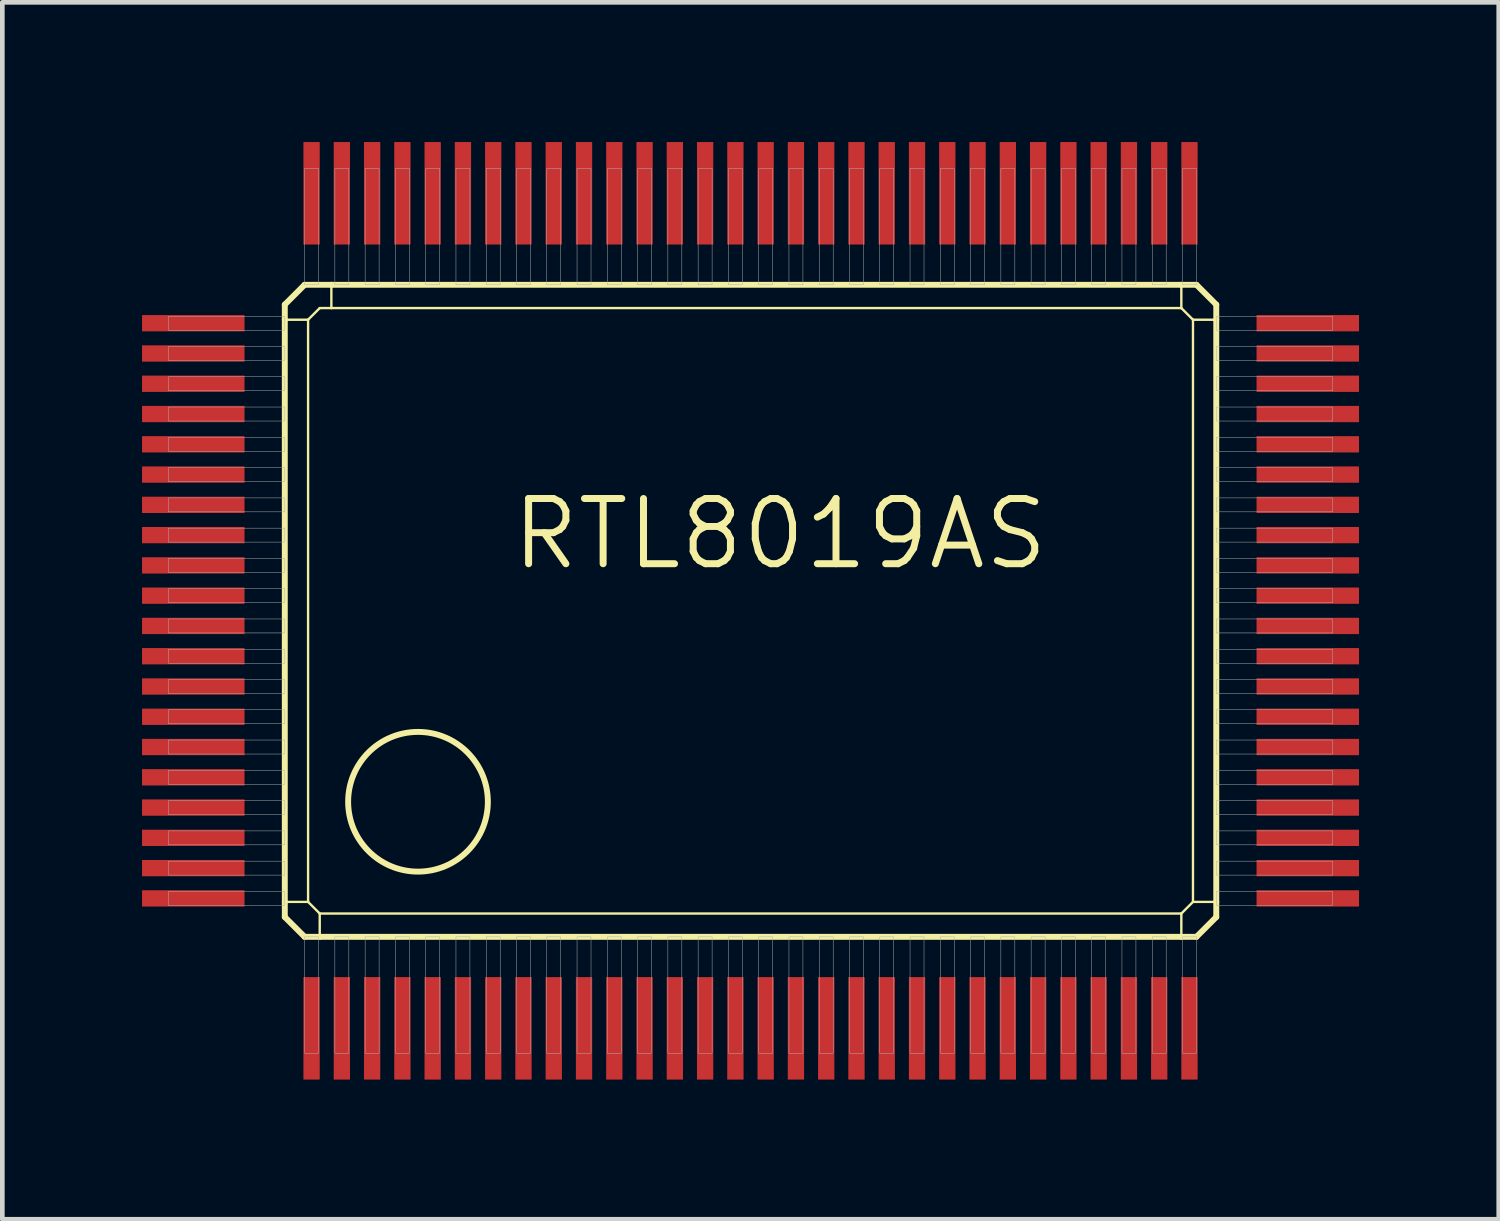
<source format=kicad_pcb>
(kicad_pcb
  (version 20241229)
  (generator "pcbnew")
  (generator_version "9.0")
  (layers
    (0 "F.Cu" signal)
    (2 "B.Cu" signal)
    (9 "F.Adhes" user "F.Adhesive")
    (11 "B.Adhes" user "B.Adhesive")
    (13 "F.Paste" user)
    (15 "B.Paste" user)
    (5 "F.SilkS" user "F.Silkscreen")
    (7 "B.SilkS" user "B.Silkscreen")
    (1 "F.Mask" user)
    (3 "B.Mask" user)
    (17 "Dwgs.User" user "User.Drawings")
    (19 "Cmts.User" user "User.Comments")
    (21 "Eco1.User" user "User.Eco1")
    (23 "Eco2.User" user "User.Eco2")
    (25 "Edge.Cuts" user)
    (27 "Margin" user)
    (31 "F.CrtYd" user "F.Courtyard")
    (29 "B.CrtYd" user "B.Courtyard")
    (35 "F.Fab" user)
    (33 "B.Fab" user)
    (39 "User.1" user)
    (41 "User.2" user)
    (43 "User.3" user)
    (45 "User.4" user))
  (footprint "RTL8019AS"
    (layer "F.Cu")
    (at 13.065 10.065)
    (property "Reference" "RTL8019AS" (at 0.635 -1.651 0) (layer "F.SilkS") (effects (font (size 1.4 1.4) (thickness 0.15))))
    (attr smd)
    (fp_line (start -10 -6.575) (end -9.575 -7) (stroke (width 0.127) (type solid)) (layer "F.SilkS"))
    (fp_line (start -10 -6.25) (end -10 -6.575) (stroke (width 0.127) (type solid)) (layer "F.SilkS"))
    (fp_line (start -10 -6.25) (end -9.5 -6.25) (stroke (width 0.051) (type solid)) (layer "F.SilkS"))
    (fp_line (start -10 6.25) (end -10 -6.25) (stroke (width 0.127) (type solid)) (layer "F.SilkS"))
    (fp_line (start -10 6.25) (end -9.5 6.25) (stroke (width 0.051) (type solid)) (layer "F.SilkS"))
    (fp_line (start -10 6.575) (end -10 6.25) (stroke (width 0.127) (type solid)) (layer "F.SilkS"))
    (fp_line (start -9.575 -7) (end -9 -7) (stroke (width 0.127) (type solid)) (layer "F.SilkS"))
    (fp_line (start -9.575 7) (end -10 6.575) (stroke (width 0.127) (type solid)) (layer "F.SilkS"))
    (fp_line (start -9.5 -6.25) (end -9.25 -6.5) (stroke (width 0.051) (type solid)) (layer "F.SilkS"))
    (fp_line (start -9.5 6.25) (end -9.5 -6.25) (stroke (width 0.051) (type solid)) (layer "F.SilkS"))
    (fp_line (start -9.25 -6.5) (end -9 -6.5) (stroke (width 0.051) (type solid)) (layer "F.SilkS"))
    (fp_line (start -9.25 6.5) (end -9.5 6.25) (stroke (width 0.051) (type solid)) (layer "F.SilkS"))
    (fp_line (start -9.25 7) (end -9.575 7) (stroke (width 0.127) (type solid)) (layer "F.SilkS"))
    (fp_line (start -9.25 7) (end -9.25 6.5) (stroke (width 0.051) (type solid)) (layer "F.SilkS"))
    (fp_line (start -9 -7) (end -9 -6.5) (stroke (width 0.051) (type solid)) (layer "F.SilkS"))
    (fp_line (start -9 -7) (end 9.25 -7) (stroke (width 0.127) (type solid)) (layer "F.SilkS"))
    (fp_line (start -9 -6.5) (end 9.25 -6.5) (stroke (width 0.051) (type solid)) (layer "F.SilkS"))
    (fp_line (start 9.25 -7) (end 9.25 -6.5) (stroke (width 0.051) (type solid)) (layer "F.SilkS"))
    (fp_line (start 9.25 -7) (end 9.575 -7) (stroke (width 0.127) (type solid)) (layer "F.SilkS"))
    (fp_line (start 9.25 -6.5) (end 9.5 -6.25) (stroke (width 0.051) (type solid)) (layer "F.SilkS"))
    (fp_line (start 9.25 6.5) (end -9.25 6.5) (stroke (width 0.051) (type solid)) (layer "F.SilkS"))
    (fp_line (start 9.25 6.5) (end 9.25 7) (stroke (width 0.051) (type solid)) (layer "F.SilkS"))
    (fp_line (start 9.25 7) (end -9.25 7) (stroke (width 0.127) (type solid)) (layer "F.SilkS"))
    (fp_line (start 9.5 -6.25) (end 9.5 6.25) (stroke (width 0.051) (type solid)) (layer "F.SilkS"))
    (fp_line (start 9.5 6.25) (end 9.25 6.5) (stroke (width 0.051) (type solid)) (layer "F.SilkS"))
    (fp_line (start 9.575 -7) (end 10 -6.575) (stroke (width 0.127) (type solid)) (layer "F.SilkS"))
    (fp_line (start 9.575 7) (end 9.25 7) (stroke (width 0.127) (type solid)) (layer "F.SilkS"))
    (fp_line (start 10 -6.575) (end 10 -6.25) (stroke (width 0.127) (type solid)) (layer "F.SilkS"))
    (fp_line (start 10 -6.25) (end 9.5 -6.25) (stroke (width 0.051) (type solid)) (layer "F.SilkS"))
    (fp_line (start 10 -6.25) (end 10 6.25) (stroke (width 0.127) (type solid)) (layer "F.SilkS"))
    (fp_line (start 10 6.25) (end 9.5 6.25) (stroke (width 0.051) (type solid)) (layer "F.SilkS"))
    (fp_line (start 10 6.25) (end 10 6.575) (stroke (width 0.127) (type solid)) (layer "F.SilkS"))
    (fp_line (start 10 6.575) (end 9.575 7) (stroke (width 0.127) (type solid)) (layer "F.SilkS"))
    (fp_circle (center -7.14 4.1) (end -5.64 4.1) (stroke (width 0.127) (type solid)) (fill no) (layer "F.SilkS"))
    (fp_poly (pts (xy -12.5 -6.325) (xy -10 -6.325) (xy -10 -6.025) (xy -12.5 -6.025)) (stroke (width 0.01) (type solid)) (fill no) (layer "F.Fab"))
    (fp_poly (pts (xy -12.5 -5.675) (xy -10 -5.675) (xy -10 -5.375) (xy -12.5 -5.375)) (stroke (width 0.01) (type solid)) (fill no) (layer "F.Fab"))
    (fp_poly (pts (xy -12.5 -5.025) (xy -10 -5.025) (xy -10 -4.725) (xy -12.5 -4.725)) (stroke (width 0.01) (type solid)) (fill no) (layer "F.Fab"))
    (fp_poly (pts (xy -12.5 -4.375) (xy -10 -4.375) (xy -10 -4.075) (xy -12.5 -4.075)) (stroke (width 0.01) (type solid)) (fill no) (layer "F.Fab"))
    (fp_poly (pts (xy -12.5 -3.725) (xy -10 -3.725) (xy -10 -3.425) (xy -12.5 -3.425)) (stroke (width 0.01) (type solid)) (fill no) (layer "F.Fab"))
    (fp_poly (pts (xy -12.5 -3.075) (xy -10 -3.075) (xy -10 -2.775) (xy -12.5 -2.775)) (stroke (width 0.01) (type solid)) (fill no) (layer "F.Fab"))
    (fp_poly (pts (xy -12.5 -2.425) (xy -10 -2.425) (xy -10 -2.125) (xy -12.5 -2.125)) (stroke (width 0.01) (type solid)) (fill no) (layer "F.Fab"))
    (fp_poly (pts (xy -12.5 -1.775) (xy -10 -1.775) (xy -10 -1.475) (xy -12.5 -1.475)) (stroke (width 0.01) (type solid)) (fill no) (layer "F.Fab"))
    (fp_poly (pts (xy -12.5 -1.125) (xy -10 -1.125) (xy -10 -0.825) (xy -12.5 -0.825)) (stroke (width 0.01) (type solid)) (fill no) (layer "F.Fab"))
    (fp_poly (pts (xy -12.5 -0.475) (xy -10 -0.475) (xy -10 -0.175) (xy -12.5 -0.175)) (stroke (width 0.01) (type solid)) (fill no) (layer "F.Fab"))
    (fp_poly (pts (xy -12.5 0.175) (xy -10 0.175) (xy -10 0.475) (xy -12.5 0.475)) (stroke (width 0.01) (type solid)) (fill no) (layer "F.Fab"))
    (fp_poly (pts (xy -12.5 0.825) (xy -10 0.825) (xy -10 1.125) (xy -12.5 1.125)) (stroke (width 0.01) (type solid)) (fill no) (layer "F.Fab"))
    (fp_poly (pts (xy -12.5 1.475) (xy -10 1.475) (xy -10 1.775) (xy -12.5 1.775)) (stroke (width 0.01) (type solid)) (fill no) (layer "F.Fab"))
    (fp_poly (pts (xy -12.5 2.125) (xy -10 2.125) (xy -10 2.425) (xy -12.5 2.425)) (stroke (width 0.01) (type solid)) (fill no) (layer "F.Fab"))
    (fp_poly (pts (xy -12.5 2.775) (xy -10 2.775) (xy -10 3.075) (xy -12.5 3.075)) (stroke (width 0.01) (type solid)) (fill no) (layer "F.Fab"))
    (fp_poly (pts (xy -12.5 3.425) (xy -10 3.425) (xy -10 3.725) (xy -12.5 3.725)) (stroke (width 0.01) (type solid)) (fill no) (layer "F.Fab"))
    (fp_poly (pts (xy -12.5 4.075) (xy -10 4.075) (xy -10 4.375) (xy -12.5 4.375)) (stroke (width 0.01) (type solid)) (fill no) (layer "F.Fab"))
    (fp_poly (pts (xy -12.5 4.725) (xy -10 4.725) (xy -10 5.025) (xy -12.5 5.025)) (stroke (width 0.01) (type solid)) (fill no) (layer "F.Fab"))
    (fp_poly (pts (xy -12.5 5.375) (xy -10 5.375) (xy -10 5.675) (xy -12.5 5.675)) (stroke (width 0.01) (type solid)) (fill no) (layer "F.Fab"))
    (fp_poly (pts (xy -12.5 6.025) (xy -10 6.025) (xy -10 6.325) (xy -12.5 6.325)) (stroke (width 0.01) (type solid)) (fill no) (layer "F.Fab"))
    (fp_poly (pts (xy -9.575 -9.5) (xy -9.275 -9.5) (xy -9.275 -7) (xy -9.575 -7)) (stroke (width 0.01) (type solid)) (fill no) (layer "F.Fab"))
    (fp_poly (pts (xy -9.575 7) (xy -9.275 7) (xy -9.275 9.5) (xy -9.575 9.5)) (stroke (width 0.01) (type solid)) (fill no) (layer "F.Fab"))
    (fp_poly (pts (xy -8.925 -9.5) (xy -8.625 -9.5) (xy -8.625 -7) (xy -8.925 -7)) (stroke (width 0.01) (type solid)) (fill no) (layer "F.Fab"))
    (fp_poly (pts (xy -8.925 7) (xy -8.625 7) (xy -8.625 9.5) (xy -8.925 9.5)) (stroke (width 0.01) (type solid)) (fill no) (layer "F.Fab"))
    (fp_poly (pts (xy -8.275 -9.5) (xy -7.975 -9.5) (xy -7.975 -7) (xy -8.275 -7)) (stroke (width 0.01) (type solid)) (fill no) (layer "F.Fab"))
    (fp_poly (pts (xy -8.275 7) (xy -7.975 7) (xy -7.975 9.5) (xy -8.275 9.5)) (stroke (width 0.01) (type solid)) (fill no) (layer "F.Fab"))
    (fp_poly (pts (xy -7.625 -9.5) (xy -7.325 -9.5) (xy -7.325 -7) (xy -7.625 -7)) (stroke (width 0.01) (type solid)) (fill no) (layer "F.Fab"))
    (fp_poly (pts (xy -7.625 7) (xy -7.325 7) (xy -7.325 9.5) (xy -7.625 9.5)) (stroke (width 0.01) (type solid)) (fill no) (layer "F.Fab"))
    (fp_poly (pts (xy -6.975 -9.5) (xy -6.675 -9.5) (xy -6.675 -7) (xy -6.975 -7)) (stroke (width 0.01) (type solid)) (fill no) (layer "F.Fab"))
    (fp_poly (pts (xy -6.975 7) (xy -6.675 7) (xy -6.675 9.5) (xy -6.975 9.5)) (stroke (width 0.01) (type solid)) (fill no) (layer "F.Fab"))
    (fp_poly (pts (xy -6.325 -9.5) (xy -6.025 -9.5) (xy -6.025 -7) (xy -6.325 -7)) (stroke (width 0.01) (type solid)) (fill no) (layer "F.Fab"))
    (fp_poly (pts (xy -6.325 7) (xy -6.025 7) (xy -6.025 9.5) (xy -6.325 9.5)) (stroke (width 0.01) (type solid)) (fill no) (layer "F.Fab"))
    (fp_poly (pts (xy -5.675 -9.5) (xy -5.375 -9.5) (xy -5.375 -7) (xy -5.675 -7)) (stroke (width 0.01) (type solid)) (fill no) (layer "F.Fab"))
    (fp_poly (pts (xy -5.675 7) (xy -5.375 7) (xy -5.375 9.5) (xy -5.675 9.5)) (stroke (width 0.01) (type solid)) (fill no) (layer "F.Fab"))
    (fp_poly (pts (xy -5.025 -9.5) (xy -4.725 -9.5) (xy -4.725 -7) (xy -5.025 -7)) (stroke (width 0.01) (type solid)) (fill no) (layer "F.Fab"))
    (fp_poly (pts (xy -5.025 7) (xy -4.725 7) (xy -4.725 9.5) (xy -5.025 9.5)) (stroke (width 0.01) (type solid)) (fill no) (layer "F.Fab"))
    (fp_poly (pts (xy -4.375 -9.5) (xy -4.075 -9.5) (xy -4.075 -7) (xy -4.375 -7)) (stroke (width 0.01) (type solid)) (fill no) (layer "F.Fab"))
    (fp_poly (pts (xy -4.375 7) (xy -4.075 7) (xy -4.075 9.5) (xy -4.375 9.5)) (stroke (width 0.01) (type solid)) (fill no) (layer "F.Fab"))
    (fp_poly (pts (xy -3.725 -9.5) (xy -3.425 -9.5) (xy -3.425 -7) (xy -3.725 -7)) (stroke (width 0.01) (type solid)) (fill no) (layer "F.Fab"))
    (fp_poly (pts (xy -3.725 7) (xy -3.425 7) (xy -3.425 9.5) (xy -3.725 9.5)) (stroke (width 0.01) (type solid)) (fill no) (layer "F.Fab"))
    (fp_poly (pts (xy -3.075 -9.5) (xy -2.775 -9.5) (xy -2.775 -7) (xy -3.075 -7)) (stroke (width 0.01) (type solid)) (fill no) (layer "F.Fab"))
    (fp_poly (pts (xy -3.075 7) (xy -2.775 7) (xy -2.775 9.5) (xy -3.075 9.5)) (stroke (width 0.01) (type solid)) (fill no) (layer "F.Fab"))
    (fp_poly (pts (xy -2.425 -9.5) (xy -2.125 -9.5) (xy -2.125 -7) (xy -2.425 -7)) (stroke (width 0.01) (type solid)) (fill no) (layer "F.Fab"))
    (fp_poly (pts (xy -2.425 7) (xy -2.125 7) (xy -2.125 9.5) (xy -2.425 9.5)) (stroke (width 0.01) (type solid)) (fill no) (layer "F.Fab"))
    (fp_poly (pts (xy -1.775 -9.5) (xy -1.475 -9.5) (xy -1.475 -7) (xy -1.775 -7)) (stroke (width 0.01) (type solid)) (fill no) (layer "F.Fab"))
    (fp_poly (pts (xy -1.775 7) (xy -1.475 7) (xy -1.475 9.5) (xy -1.775 9.5)) (stroke (width 0.01) (type solid)) (fill no) (layer "F.Fab"))
    (fp_poly (pts (xy -1.125 -9.5) (xy -0.825 -9.5) (xy -0.825 -7) (xy -1.125 -7)) (stroke (width 0.01) (type solid)) (fill no) (layer "F.Fab"))
    (fp_poly (pts (xy -1.125 7) (xy -0.825 7) (xy -0.825 9.5) (xy -1.125 9.5)) (stroke (width 0.01) (type solid)) (fill no) (layer "F.Fab"))
    (fp_poly (pts (xy -0.475 -9.5) (xy -0.175 -9.5) (xy -0.175 -7) (xy -0.475 -7)) (stroke (width 0.01) (type solid)) (fill no) (layer "F.Fab"))
    (fp_poly (pts (xy -0.475 7) (xy -0.175 7) (xy -0.175 9.5) (xy -0.475 9.5)) (stroke (width 0.01) (type solid)) (fill no) (layer "F.Fab"))
    (fp_poly (pts (xy 0.175 -9.5) (xy 0.475 -9.5) (xy 0.475 -7) (xy 0.175 -7)) (stroke (width 0.01) (type solid)) (fill no) (layer "F.Fab"))
    (fp_poly (pts (xy 0.175 7) (xy 0.475 7) (xy 0.475 9.5) (xy 0.175 9.5)) (stroke (width 0.01) (type solid)) (fill no) (layer "F.Fab"))
    (fp_poly (pts (xy 0.825 -9.5) (xy 1.125 -9.5) (xy 1.125 -7) (xy 0.825 -7)) (stroke (width 0.01) (type solid)) (fill no) (layer "F.Fab"))
    (fp_poly (pts (xy 0.825 7) (xy 1.125 7) (xy 1.125 9.5) (xy 0.825 9.5)) (stroke (width 0.01) (type solid)) (fill no) (layer "F.Fab"))
    (fp_poly (pts (xy 1.475 -9.5) (xy 1.775 -9.5) (xy 1.775 -7) (xy 1.475 -7)) (stroke (width 0.01) (type solid)) (fill no) (layer "F.Fab"))
    (fp_poly (pts (xy 1.475 7) (xy 1.775 7) (xy 1.775 9.5) (xy 1.475 9.5)) (stroke (width 0.01) (type solid)) (fill no) (layer "F.Fab"))
    (fp_poly (pts (xy 2.125 -9.5) (xy 2.425 -9.5) (xy 2.425 -7) (xy 2.125 -7)) (stroke (width 0.01) (type solid)) (fill no) (layer "F.Fab"))
    (fp_poly (pts (xy 2.125 7) (xy 2.425 7) (xy 2.425 9.5) (xy 2.125 9.5)) (stroke (width 0.01) (type solid)) (fill no) (layer "F.Fab"))
    (fp_poly (pts (xy 2.775 -9.5) (xy 3.075 -9.5) (xy 3.075 -7) (xy 2.775 -7)) (stroke (width 0.01) (type solid)) (fill no) (layer "F.Fab"))
    (fp_poly (pts (xy 2.775 7) (xy 3.075 7) (xy 3.075 9.5) (xy 2.775 9.5)) (stroke (width 0.01) (type solid)) (fill no) (layer "F.Fab"))
    (fp_poly (pts (xy 3.425 -9.5) (xy 3.725 -9.5) (xy 3.725 -7) (xy 3.425 -7)) (stroke (width 0.01) (type solid)) (fill no) (layer "F.Fab"))
    (fp_poly (pts (xy 3.425 7) (xy 3.725 7) (xy 3.725 9.5) (xy 3.425 9.5)) (stroke (width 0.01) (type solid)) (fill no) (layer "F.Fab"))
    (fp_poly (pts (xy 4.075 -9.5) (xy 4.375 -9.5) (xy 4.375 -7) (xy 4.075 -7)) (stroke (width 0.01) (type solid)) (fill no) (layer "F.Fab"))
    (fp_poly (pts (xy 4.075 7) (xy 4.375 7) (xy 4.375 9.5) (xy 4.075 9.5)) (stroke (width 0.01) (type solid)) (fill no) (layer "F.Fab"))
    (fp_poly (pts (xy 4.725 -9.5) (xy 5.025 -9.5) (xy 5.025 -7) (xy 4.725 -7)) (stroke (width 0.01) (type solid)) (fill no) (layer "F.Fab"))
    (fp_poly (pts (xy 4.725 7) (xy 5.025 7) (xy 5.025 9.5) (xy 4.725 9.5)) (stroke (width 0.01) (type solid)) (fill no) (layer "F.Fab"))
    (fp_poly (pts (xy 5.375 -9.5) (xy 5.675 -9.5) (xy 5.675 -7) (xy 5.375 -7)) (stroke (width 0.01) (type solid)) (fill no) (layer "F.Fab"))
    (fp_poly (pts (xy 5.375 7) (xy 5.675 7) (xy 5.675 9.5) (xy 5.375 9.5)) (stroke (width 0.01) (type solid)) (fill no) (layer "F.Fab"))
    (fp_poly (pts (xy 6.025 -9.5) (xy 6.325 -9.5) (xy 6.325 -7) (xy 6.025 -7)) (stroke (width 0.01) (type solid)) (fill no) (layer "F.Fab"))
    (fp_poly (pts (xy 6.025 7) (xy 6.325 7) (xy 6.325 9.5) (xy 6.025 9.5)) (stroke (width 0.01) (type solid)) (fill no) (layer "F.Fab"))
    (fp_poly (pts (xy 6.675 -9.5) (xy 6.975 -9.5) (xy 6.975 -7) (xy 6.675 -7)) (stroke (width 0.01) (type solid)) (fill no) (layer "F.Fab"))
    (fp_poly (pts (xy 6.675 7) (xy 6.975 7) (xy 6.975 9.5) (xy 6.675 9.5)) (stroke (width 0.01) (type solid)) (fill no) (layer "F.Fab"))
    (fp_poly (pts (xy 7.325 -9.5) (xy 7.625 -9.5) (xy 7.625 -7) (xy 7.325 -7)) (stroke (width 0.01) (type solid)) (fill no) (layer "F.Fab"))
    (fp_poly (pts (xy 7.325 7) (xy 7.625 7) (xy 7.625 9.5) (xy 7.325 9.5)) (stroke (width 0.01) (type solid)) (fill no) (layer "F.Fab"))
    (fp_poly (pts (xy 7.975 -9.5) (xy 8.275 -9.5) (xy 8.275 -7) (xy 7.975 -7)) (stroke (width 0.01) (type solid)) (fill no) (layer "F.Fab"))
    (fp_poly (pts (xy 7.975 7) (xy 8.275 7) (xy 8.275 9.5) (xy 7.975 9.5)) (stroke (width 0.01) (type solid)) (fill no) (layer "F.Fab"))
    (fp_poly (pts (xy 8.625 -9.5) (xy 8.925 -9.5) (xy 8.925 -7) (xy 8.625 -7)) (stroke (width 0.01) (type solid)) (fill no) (layer "F.Fab"))
    (fp_poly (pts (xy 8.625 7) (xy 8.925 7) (xy 8.925 9.5) (xy 8.625 9.5)) (stroke (width 0.01) (type solid)) (fill no) (layer "F.Fab"))
    (fp_poly (pts (xy 9.275 -9.5) (xy 9.575 -9.5) (xy 9.575 -7) (xy 9.275 -7)) (stroke (width 0.01) (type solid)) (fill no) (layer "F.Fab"))
    (fp_poly (pts (xy 9.275 7) (xy 9.575 7) (xy 9.575 9.5) (xy 9.275 9.5)) (stroke (width 0.01) (type solid)) (fill no) (layer "F.Fab"))
    (fp_poly (pts (xy 10 -6.325) (xy 12.5 -6.325) (xy 12.5 -6.025) (xy 10 -6.025)) (stroke (width 0.01) (type solid)) (fill no) (layer "F.Fab"))
    (fp_poly (pts (xy 10 -5.675) (xy 12.5 -5.675) (xy 12.5 -5.375) (xy 10 -5.375)) (stroke (width 0.01) (type solid)) (fill no) (layer "F.Fab"))
    (fp_poly (pts (xy 10 -5.025) (xy 12.5 -5.025) (xy 12.5 -4.725) (xy 10 -4.725)) (stroke (width 0.01) (type solid)) (fill no) (layer "F.Fab"))
    (fp_poly (pts (xy 10 -4.375) (xy 12.5 -4.375) (xy 12.5 -4.075) (xy 10 -4.075)) (stroke (width 0.01) (type solid)) (fill no) (layer "F.Fab"))
    (fp_poly (pts (xy 10 -3.725) (xy 12.5 -3.725) (xy 12.5 -3.425) (xy 10 -3.425)) (stroke (width 0.01) (type solid)) (fill no) (layer "F.Fab"))
    (fp_poly (pts (xy 10 -3.075) (xy 12.5 -3.075) (xy 12.5 -2.775) (xy 10 -2.775)) (stroke (width 0.01) (type solid)) (fill no) (layer "F.Fab"))
    (fp_poly (pts (xy 10 -2.425) (xy 12.5 -2.425) (xy 12.5 -2.125) (xy 10 -2.125)) (stroke (width 0.01) (type solid)) (fill no) (layer "F.Fab"))
    (fp_poly (pts (xy 10 -1.775) (xy 12.5 -1.775) (xy 12.5 -1.475) (xy 10 -1.475)) (stroke (width 0.01) (type solid)) (fill no) (layer "F.Fab"))
    (fp_poly (pts (xy 10 -1.125) (xy 12.5 -1.125) (xy 12.5 -0.825) (xy 10 -0.825)) (stroke (width 0.01) (type solid)) (fill no) (layer "F.Fab"))
    (fp_poly (pts (xy 10 -0.475) (xy 12.5 -0.475) (xy 12.5 -0.175) (xy 10 -0.175)) (stroke (width 0.01) (type solid)) (fill no) (layer "F.Fab"))
    (fp_poly (pts (xy 10 0.175) (xy 12.5 0.175) (xy 12.5 0.475) (xy 10 0.475)) (stroke (width 0.01) (type solid)) (fill no) (layer "F.Fab"))
    (fp_poly (pts (xy 10 0.825) (xy 12.5 0.825) (xy 12.5 1.125) (xy 10 1.125)) (stroke (width 0.01) (type solid)) (fill no) (layer "F.Fab"))
    (fp_poly (pts (xy 10 1.475) (xy 12.5 1.475) (xy 12.5 1.775) (xy 10 1.775)) (stroke (width 0.01) (type solid)) (fill no) (layer "F.Fab"))
    (fp_poly (pts (xy 10 2.125) (xy 12.5 2.125) (xy 12.5 2.425) (xy 10 2.425)) (stroke (width 0.01) (type solid)) (fill no) (layer "F.Fab"))
    (fp_poly (pts (xy 10 2.775) (xy 12.5 2.775) (xy 12.5 3.075) (xy 10 3.075)) (stroke (width 0.01) (type solid)) (fill no) (layer "F.Fab"))
    (fp_poly (pts (xy 10 3.425) (xy 12.5 3.425) (xy 12.5 3.725) (xy 10 3.725)) (stroke (width 0.01) (type solid)) (fill no) (layer "F.Fab"))
    (fp_poly (pts (xy 10 4.075) (xy 12.5 4.075) (xy 12.5 4.375) (xy 10 4.375)) (stroke (width 0.01) (type solid)) (fill no) (layer "F.Fab"))
    (fp_poly (pts (xy 10 4.725) (xy 12.5 4.725) (xy 12.5 5.025) (xy 10 5.025)) (stroke (width 0.01) (type solid)) (fill no) (layer "F.Fab"))
    (fp_poly (pts (xy 10 5.375) (xy 12.5 5.375) (xy 12.5 5.675) (xy 10 5.675)) (stroke (width 0.01) (type solid)) (fill no) (layer "F.Fab"))
    (fp_poly (pts (xy 10 6.025) (xy 12.5 6.025) (xy 12.5 6.325) (xy 10 6.325)) (stroke (width 0.01) (type solid)) (fill no) (layer "F.Fab"))
    (pad "1" smd rect (at -9.425 8.965) (size 0.35 2.2) (layers "F.Cu" "F.Mask" "F.Paste"))
    (pad "2" smd rect (at -8.775 8.965) (size 0.35 2.2) (layers "F.Cu" "F.Mask" "F.Paste"))
    (pad "3" smd rect (at -8.125 8.965) (size 0.35 2.2) (layers "F.Cu" "F.Mask" "F.Paste"))
    (pad "4" smd rect (at -7.475 8.965) (size 0.35 2.2) (layers "F.Cu" "F.Mask" "F.Paste"))
    (pad "5" smd rect (at -6.825 8.965) (size 0.35 2.2) (layers "F.Cu" "F.Mask" "F.Paste"))
    (pad "6" smd rect (at -6.175 8.965) (size 0.35 2.2) (layers "F.Cu" "F.Mask" "F.Paste"))
    (pad "7" smd rect (at -5.525 8.965) (size 0.35 2.2) (layers "F.Cu" "F.Mask" "F.Paste"))
    (pad "8" smd rect (at -4.875 8.965) (size 0.35 2.2) (layers "F.Cu" "F.Mask" "F.Paste"))
    (pad "9" smd rect (at -4.225 8.965) (size 0.35 2.2) (layers "F.Cu" "F.Mask" "F.Paste"))
    (pad "10" smd rect (at -3.575 8.965) (size 0.35 2.2) (layers "F.Cu" "F.Mask" "F.Paste"))
    (pad "11" smd rect (at -2.925 8.965) (size 0.35 2.2) (layers "F.Cu" "F.Mask" "F.Paste"))
    (pad "12" smd rect (at -2.275 8.965) (size 0.35 2.2) (layers "F.Cu" "F.Mask" "F.Paste"))
    (pad "13" smd rect (at -1.625 8.965) (size 0.35 2.2) (layers "F.Cu" "F.Mask" "F.Paste"))
    (pad "14" smd rect (at -0.975 8.965) (size 0.35 2.2) (layers "F.Cu" "F.Mask" "F.Paste"))
    (pad "15" smd rect (at -0.325 8.965) (size 0.35 2.2) (layers "F.Cu" "F.Mask" "F.Paste"))
    (pad "16" smd rect (at 0.325 8.965) (size 0.35 2.2) (layers "F.Cu" "F.Mask" "F.Paste"))
    (pad "17" smd rect (at 0.975 8.965) (size 0.35 2.2) (layers "F.Cu" "F.Mask" "F.Paste"))
    (pad "18" smd rect (at 1.625 8.965) (size 0.35 2.2) (layers "F.Cu" "F.Mask" "F.Paste"))
    (pad "19" smd rect (at 2.275 8.965) (size 0.35 2.2) (layers "F.Cu" "F.Mask" "F.Paste"))
    (pad "20" smd rect (at 2.925 8.965) (size 0.35 2.2) (layers "F.Cu" "F.Mask" "F.Paste"))
    (pad "21" smd rect (at 3.575 8.965) (size 0.35 2.2) (layers "F.Cu" "F.Mask" "F.Paste"))
    (pad "22" smd rect (at 4.225 8.965) (size 0.35 2.2) (layers "F.Cu" "F.Mask" "F.Paste"))
    (pad "23" smd rect (at 4.875 8.965) (size 0.35 2.2) (layers "F.Cu" "F.Mask" "F.Paste"))
    (pad "24" smd rect (at 5.525 8.965) (size 0.35 2.2) (layers "F.Cu" "F.Mask" "F.Paste"))
    (pad "25" smd rect (at 6.175 8.965) (size 0.35 2.2) (layers "F.Cu" "F.Mask" "F.Paste"))
    (pad "26" smd rect (at 6.825 8.965) (size 0.35 2.2) (layers "F.Cu" "F.Mask" "F.Paste"))
    (pad "27" smd rect (at 7.475 8.965) (size 0.35 2.2) (layers "F.Cu" "F.Mask" "F.Paste"))
    (pad "28" smd rect (at 8.125 8.965) (size 0.35 2.2) (layers "F.Cu" "F.Mask" "F.Paste"))
    (pad "29" smd rect (at 8.775 8.965) (size 0.35 2.2) (layers "F.Cu" "F.Mask" "F.Paste"))
    (pad "30" smd rect (at 9.425 8.965) (size 0.35 2.2) (layers "F.Cu" "F.Mask" "F.Paste"))
    (pad "31" smd rect (at 11.965 6.175) (size 2.2 0.35) (layers "F.Cu" "F.Mask" "F.Paste"))
    (pad "32" smd rect (at 11.965 5.525) (size 2.2 0.35) (layers "F.Cu" "F.Mask" "F.Paste"))
    (pad "33" smd rect (at 11.965 4.875) (size 2.2 0.35) (layers "F.Cu" "F.Mask" "F.Paste"))
    (pad "34" smd rect (at 11.965 4.225) (size 2.2 0.35) (layers "F.Cu" "F.Mask" "F.Paste"))
    (pad "35" smd rect (at 11.965 3.575) (size 2.2 0.35) (layers "F.Cu" "F.Mask" "F.Paste"))
    (pad "36" smd rect (at 11.965 2.925) (size 2.2 0.35) (layers "F.Cu" "F.Mask" "F.Paste"))
    (pad "37" smd rect (at 11.965 2.275) (size 2.2 0.35) (layers "F.Cu" "F.Mask" "F.Paste"))
    (pad "38" smd rect (at 11.965 1.625) (size 2.2 0.35) (layers "F.Cu" "F.Mask" "F.Paste"))
    (pad "39" smd rect (at 11.965 0.975) (size 2.2 0.35) (layers "F.Cu" "F.Mask" "F.Paste"))
    (pad "40" smd rect (at 11.965 0.325) (size 2.2 0.35) (layers "F.Cu" "F.Mask" "F.Paste"))
    (pad "41" smd rect (at 11.965 -0.325) (size 2.2 0.35) (layers "F.Cu" "F.Mask" "F.Paste"))
    (pad "42" smd rect (at 11.965 -0.975) (size 2.2 0.35) (layers "F.Cu" "F.Mask" "F.Paste"))
    (pad "43" smd rect (at 11.965 -1.625) (size 2.2 0.35) (layers "F.Cu" "F.Mask" "F.Paste"))
    (pad "44" smd rect (at 11.965 -2.275) (size 2.2 0.35) (layers "F.Cu" "F.Mask" "F.Paste"))
    (pad "45" smd rect (at 11.965 -2.925) (size 2.2 0.35) (layers "F.Cu" "F.Mask" "F.Paste"))
    (pad "46" smd rect (at 11.965 -3.575) (size 2.2 0.35) (layers "F.Cu" "F.Mask" "F.Paste"))
    (pad "47" smd rect (at 11.965 -4.225) (size 2.2 0.35) (layers "F.Cu" "F.Mask" "F.Paste"))
    (pad "48" smd rect (at 11.965 -4.875) (size 2.2 0.35) (layers "F.Cu" "F.Mask" "F.Paste"))
    (pad "49" smd rect (at 11.965 -5.525) (size 2.2 0.35) (layers "F.Cu" "F.Mask" "F.Paste"))
    (pad "50" smd rect (at 11.965 -6.175) (size 2.2 0.35) (layers "F.Cu" "F.Mask" "F.Paste"))
    (pad "51" smd rect (at 9.425 -8.965) (size 0.35 2.2) (layers "F.Cu" "F.Mask" "F.Paste"))
    (pad "52" smd rect (at 8.775 -8.965) (size 0.35 2.2) (layers "F.Cu" "F.Mask" "F.Paste"))
    (pad "53" smd rect (at 8.125 -8.965) (size 0.35 2.2) (layers "F.Cu" "F.Mask" "F.Paste"))
    (pad "54" smd rect (at 7.475 -8.965) (size 0.35 2.2) (layers "F.Cu" "F.Mask" "F.Paste"))
    (pad "55" smd rect (at 6.825 -8.965) (size 0.35 2.2) (layers "F.Cu" "F.Mask" "F.Paste"))
    (pad "56" smd rect (at 6.175 -8.965) (size 0.35 2.2) (layers "F.Cu" "F.Mask" "F.Paste"))
    (pad "57" smd rect (at 5.525 -8.965) (size 0.35 2.2) (layers "F.Cu" "F.Mask" "F.Paste"))
    (pad "58" smd rect (at 4.875 -8.965) (size 0.35 2.2) (layers "F.Cu" "F.Mask" "F.Paste"))
    (pad "59" smd rect (at 4.225 -8.965) (size 0.35 2.2) (layers "F.Cu" "F.Mask" "F.Paste"))
    (pad "60" smd rect (at 3.575 -8.965) (size 0.35 2.2) (layers "F.Cu" "F.Mask" "F.Paste"))
    (pad "61" smd rect (at 2.925 -8.965) (size 0.35 2.2) (layers "F.Cu" "F.Mask" "F.Paste"))
    (pad "62" smd rect (at 2.275 -8.965) (size 0.35 2.2) (layers "F.Cu" "F.Mask" "F.Paste"))
    (pad "63" smd rect (at 1.625 -8.965) (size 0.35 2.2) (layers "F.Cu" "F.Mask" "F.Paste"))
    (pad "64" smd rect (at 0.975 -8.965) (size 0.35 2.2) (layers "F.Cu" "F.Mask" "F.Paste"))
    (pad "65" smd rect (at 0.325 -8.965) (size 0.35 2.2) (layers "F.Cu" "F.Mask" "F.Paste"))
    (pad "66" smd rect (at -0.325 -8.965) (size 0.35 2.2) (layers "F.Cu" "F.Mask" "F.Paste"))
    (pad "67" smd rect (at -0.975 -8.965) (size 0.35 2.2) (layers "F.Cu" "F.Mask" "F.Paste"))
    (pad "68" smd rect (at -1.625 -8.965) (size 0.35 2.2) (layers "F.Cu" "F.Mask" "F.Paste"))
    (pad "69" smd rect (at -2.275 -8.965) (size 0.35 2.2) (layers "F.Cu" "F.Mask" "F.Paste"))
    (pad "70" smd rect (at -2.925 -8.965) (size 0.35 2.2) (layers "F.Cu" "F.Mask" "F.Paste"))
    (pad "71" smd rect (at -3.575 -8.965) (size 0.35 2.2) (layers "F.Cu" "F.Mask" "F.Paste"))
    (pad "72" smd rect (at -4.225 -8.965) (size 0.35 2.2) (layers "F.Cu" "F.Mask" "F.Paste"))
    (pad "73" smd rect (at -4.875 -8.965) (size 0.35 2.2) (layers "F.Cu" "F.Mask" "F.Paste"))
    (pad "74" smd rect (at -5.525 -8.965) (size 0.35 2.2) (layers "F.Cu" "F.Mask" "F.Paste"))
    (pad "75" smd rect (at -6.175 -8.965) (size 0.35 2.2) (layers "F.Cu" "F.Mask" "F.Paste"))
    (pad "76" smd rect (at -6.825 -8.965) (size 0.35 2.2) (layers "F.Cu" "F.Mask" "F.Paste"))
    (pad "77" smd rect (at -7.475 -8.965) (size 0.35 2.2) (layers "F.Cu" "F.Mask" "F.Paste"))
    (pad "78" smd rect (at -8.125 -8.965) (size 0.35 2.2) (layers "F.Cu" "F.Mask" "F.Paste"))
    (pad "79" smd rect (at -8.775 -8.965) (size 0.35 2.2) (layers "F.Cu" "F.Mask" "F.Paste"))
    (pad "80" smd rect (at -9.425 -8.965) (size 0.35 2.2) (layers "F.Cu" "F.Mask" "F.Paste"))
    (pad "81" smd rect (at -11.965 -6.175) (size 2.2 0.35) (layers "F.Cu" "F.Mask" "F.Paste"))
    (pad "82" smd rect (at -11.965 -5.525) (size 2.2 0.35) (layers "F.Cu" "F.Mask" "F.Paste"))
    (pad "83" smd rect (at -11.965 -4.875) (size 2.2 0.35) (layers "F.Cu" "F.Mask" "F.Paste"))
    (pad "84" smd rect (at -11.965 -4.225) (size 2.2 0.35) (layers "F.Cu" "F.Mask" "F.Paste"))
    (pad "85" smd rect (at -11.965 -3.575) (size 2.2 0.35) (layers "F.Cu" "F.Mask" "F.Paste"))
    (pad "86" smd rect (at -11.965 -2.925) (size 2.2 0.35) (layers "F.Cu" "F.Mask" "F.Paste"))
    (pad "87" smd rect (at -11.965 -2.275) (size 2.2 0.35) (layers "F.Cu" "F.Mask" "F.Paste"))
    (pad "88" smd rect (at -11.965 -1.625) (size 2.2 0.35) (layers "F.Cu" "F.Mask" "F.Paste"))
    (pad "89" smd rect (at -11.965 -0.975) (size 2.2 0.35) (layers "F.Cu" "F.Mask" "F.Paste"))
    (pad "90" smd rect (at -11.965 -0.325) (size 2.2 0.35) (layers "F.Cu" "F.Mask" "F.Paste"))
    (pad "91" smd rect (at -11.965 0.325) (size 2.2 0.35) (layers "F.Cu" "F.Mask" "F.Paste"))
    (pad "92" smd rect (at -11.965 0.975) (size 2.2 0.35) (layers "F.Cu" "F.Mask" "F.Paste"))
    (pad "93" smd rect (at -11.965 1.625) (size 2.2 0.35) (layers "F.Cu" "F.Mask" "F.Paste"))
    (pad "94" smd rect (at -11.965 2.275) (size 2.2 0.35) (layers "F.Cu" "F.Mask" "F.Paste"))
    (pad "95" smd rect (at -11.965 2.925) (size 2.2 0.35) (layers "F.Cu" "F.Mask" "F.Paste"))
    (pad "96" smd rect (at -11.965 3.575) (size 2.2 0.35) (layers "F.Cu" "F.Mask" "F.Paste"))
    (pad "97" smd rect (at -11.965 4.225) (size 2.2 0.35) (layers "F.Cu" "F.Mask" "F.Paste"))
    (pad "98" smd rect (at -11.965 4.875) (size 2.2 0.35) (layers "F.Cu" "F.Mask" "F.Paste"))
    (pad "99" smd rect (at -11.965 5.525) (size 2.2 0.35) (layers "F.Cu" "F.Mask" "F.Paste"))
    (pad "100" smd rect (at -11.965 6.175) (size 2.2 0.35) (layers "F.Cu" "F.Mask" "F.Paste")))
  (gr_rect
    (start -3 -3)
    (end 29.13 23.13)
    (stroke (width 0.1) (type default))
    (fill no)
    (layer "Edge.Cuts")))
</source>
